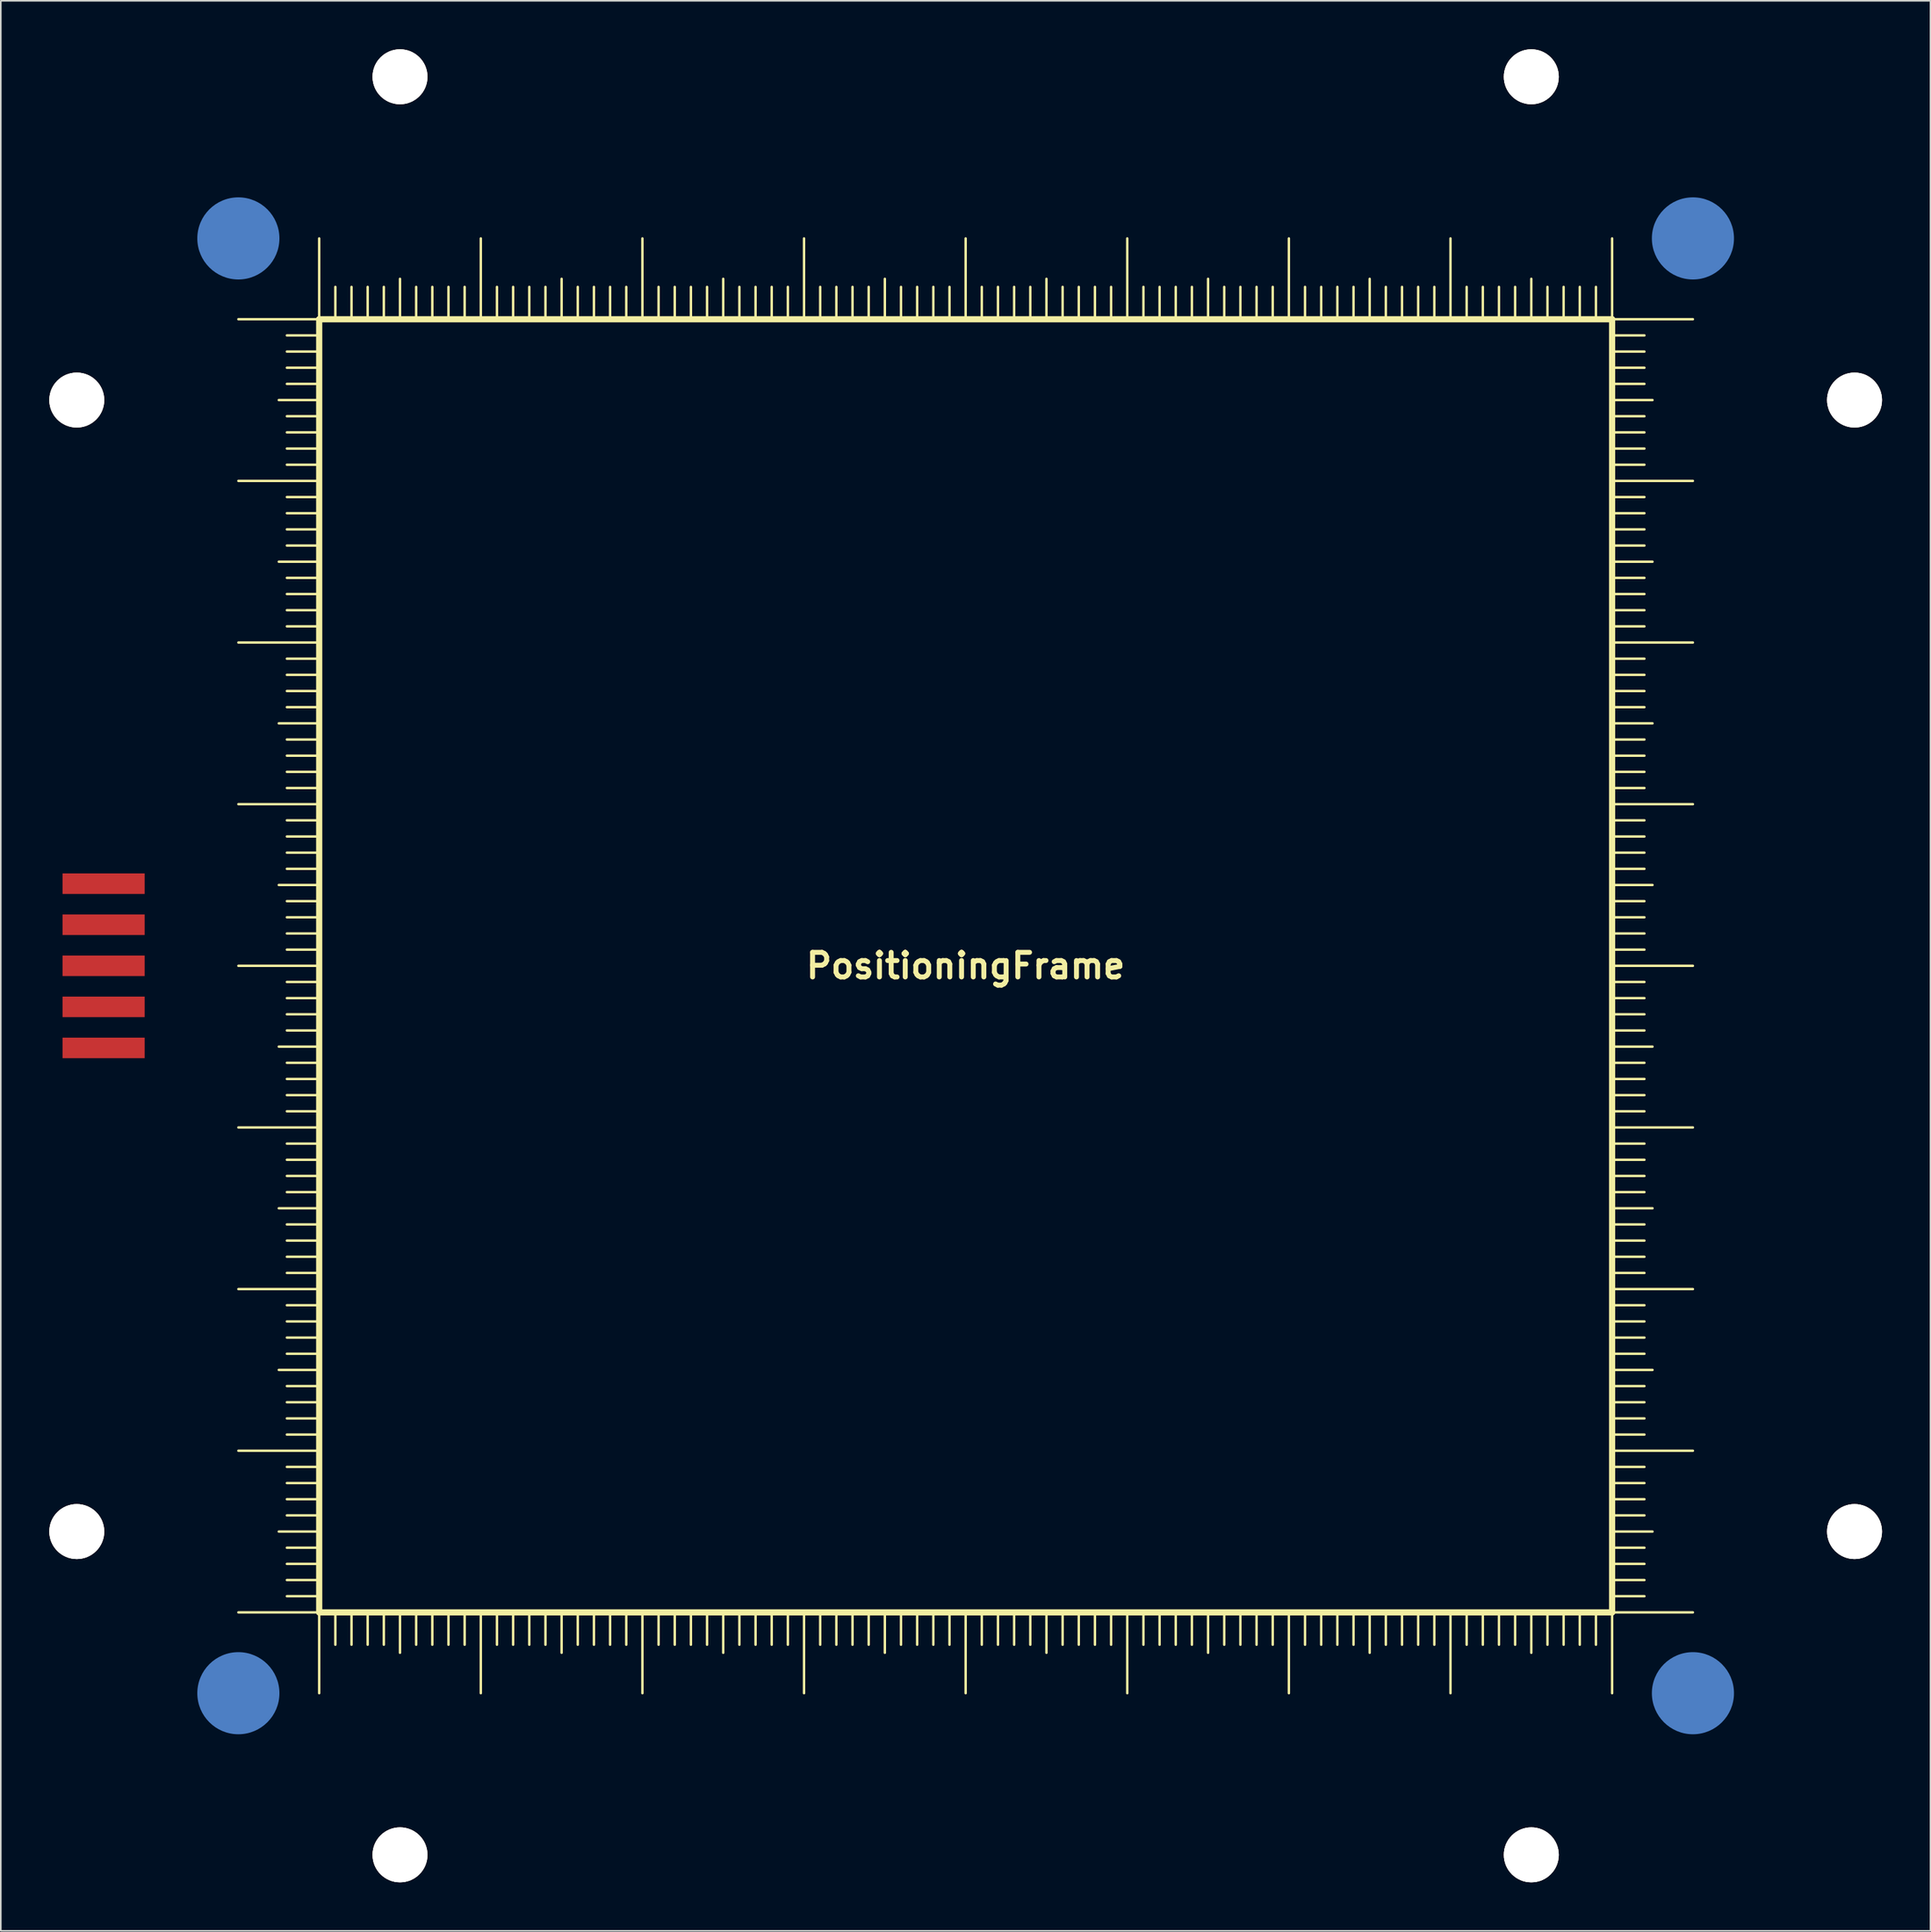
<source format=kicad_pcb>
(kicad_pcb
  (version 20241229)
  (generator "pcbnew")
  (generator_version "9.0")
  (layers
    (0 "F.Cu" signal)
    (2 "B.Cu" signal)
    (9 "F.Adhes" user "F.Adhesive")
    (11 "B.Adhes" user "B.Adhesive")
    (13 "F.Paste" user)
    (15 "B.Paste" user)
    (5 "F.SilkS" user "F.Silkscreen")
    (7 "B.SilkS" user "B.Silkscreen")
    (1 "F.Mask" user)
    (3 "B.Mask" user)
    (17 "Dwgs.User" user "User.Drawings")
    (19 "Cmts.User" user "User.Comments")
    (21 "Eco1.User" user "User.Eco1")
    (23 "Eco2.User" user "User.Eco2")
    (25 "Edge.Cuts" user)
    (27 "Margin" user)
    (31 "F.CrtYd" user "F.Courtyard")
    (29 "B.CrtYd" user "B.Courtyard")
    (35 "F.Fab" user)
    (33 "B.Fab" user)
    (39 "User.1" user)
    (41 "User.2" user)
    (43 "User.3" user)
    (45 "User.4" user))
  (footprint "PositioningFrame"
    (layer "F.Cu")
    (at 56.7 56.7)
    (property "Reference" "PositioningFrame" (at 0 0 0) (layer "F.SilkS") (effects (font (size 1.524 1.524) (thickness 0.305))))
    (attr through_hole)
    (fp_line (start -40 -40) (end -45 -40) (stroke (width 0.15) (type solid)) (layer "F.SilkS"))
    (fp_line (start -40 -40) (end -40 -45) (stroke (width 0.15) (type solid)) (layer "F.SilkS"))
    (fp_line (start -40 -39) (end -42 -39) (stroke (width 0.15) (type solid)) (layer "F.SilkS"))
    (fp_line (start -40 -38) (end -42 -38) (stroke (width 0.15) (type solid)) (layer "F.SilkS"))
    (fp_line (start -40 -37) (end -42 -37) (stroke (width 0.15) (type solid)) (layer "F.SilkS"))
    (fp_line (start -40 -36) (end -42 -36) (stroke (width 0.15) (type solid)) (layer "F.SilkS"))
    (fp_line (start -40 -35) (end -42.5 -35) (stroke (width 0.15) (type solid)) (layer "F.SilkS"))
    (fp_line (start -40 -34) (end -42 -34) (stroke (width 0.15) (type solid)) (layer "F.SilkS"))
    (fp_line (start -40 -33) (end -42 -33) (stroke (width 0.15) (type solid)) (layer "F.SilkS"))
    (fp_line (start -40 -32) (end -42 -32) (stroke (width 0.15) (type solid)) (layer "F.SilkS"))
    (fp_line (start -40 -31) (end -42 -31) (stroke (width 0.15) (type solid)) (layer "F.SilkS"))
    (fp_line (start -40 -30) (end -45 -30) (stroke (width 0.15) (type solid)) (layer "F.SilkS"))
    (fp_line (start -40 -29) (end -42 -29) (stroke (width 0.15) (type solid)) (layer "F.SilkS"))
    (fp_line (start -40 -28) (end -42 -28) (stroke (width 0.15) (type solid)) (layer "F.SilkS"))
    (fp_line (start -40 -27) (end -42 -27) (stroke (width 0.15) (type solid)) (layer "F.SilkS"))
    (fp_line (start -40 -26) (end -42 -26) (stroke (width 0.15) (type solid)) (layer "F.SilkS"))
    (fp_line (start -40 -25) (end -42.5 -25) (stroke (width 0.15) (type solid)) (layer "F.SilkS"))
    (fp_line (start -40 -24) (end -42 -24) (stroke (width 0.15) (type solid)) (layer "F.SilkS"))
    (fp_line (start -40 -23) (end -42 -23) (stroke (width 0.15) (type solid)) (layer "F.SilkS"))
    (fp_line (start -40 -22) (end -42 -22) (stroke (width 0.15) (type solid)) (layer "F.SilkS"))
    (fp_line (start -40 -21) (end -42 -21) (stroke (width 0.15) (type solid)) (layer "F.SilkS"))
    (fp_line (start -40 -20) (end -45 -20) (stroke (width 0.15) (type solid)) (layer "F.SilkS"))
    (fp_line (start -40 -19) (end -42 -19) (stroke (width 0.15) (type solid)) (layer "F.SilkS"))
    (fp_line (start -40 -18) (end -42 -18) (stroke (width 0.15) (type solid)) (layer "F.SilkS"))
    (fp_line (start -40 -17) (end -42 -17) (stroke (width 0.15) (type solid)) (layer "F.SilkS"))
    (fp_line (start -40 -16) (end -42 -16) (stroke (width 0.15) (type solid)) (layer "F.SilkS"))
    (fp_line (start -40 -15) (end -42.5 -15) (stroke (width 0.15) (type solid)) (layer "F.SilkS"))
    (fp_line (start -40 -14) (end -42 -14) (stroke (width 0.15) (type solid)) (layer "F.SilkS"))
    (fp_line (start -40 -13) (end -42 -13) (stroke (width 0.15) (type solid)) (layer "F.SilkS"))
    (fp_line (start -40 -12) (end -42 -12) (stroke (width 0.15) (type solid)) (layer "F.SilkS"))
    (fp_line (start -40 -11) (end -42 -11) (stroke (width 0.15) (type solid)) (layer "F.SilkS"))
    (fp_line (start -40 -10) (end -45 -10) (stroke (width 0.15) (type solid)) (layer "F.SilkS"))
    (fp_line (start -40 -9) (end -42 -9) (stroke (width 0.15) (type solid)) (layer "F.SilkS"))
    (fp_line (start -40 -8) (end -42 -8) (stroke (width 0.15) (type solid)) (layer "F.SilkS"))
    (fp_line (start -40 -7) (end -42 -7) (stroke (width 0.15) (type solid)) (layer "F.SilkS"))
    (fp_line (start -40 -6) (end -42 -6) (stroke (width 0.15) (type solid)) (layer "F.SilkS"))
    (fp_line (start -40 -5) (end -42.5 -5) (stroke (width 0.15) (type solid)) (layer "F.SilkS"))
    (fp_line (start -40 -4) (end -42 -4) (stroke (width 0.15) (type solid)) (layer "F.SilkS"))
    (fp_line (start -40 -3) (end -42 -3) (stroke (width 0.15) (type solid)) (layer "F.SilkS"))
    (fp_line (start -40 -2) (end -42 -2) (stroke (width 0.15) (type solid)) (layer "F.SilkS"))
    (fp_line (start -40 -1) (end -42 -1) (stroke (width 0.15) (type solid)) (layer "F.SilkS"))
    (fp_line (start -40 0) (end -45 0) (stroke (width 0.15) (type solid)) (layer "F.SilkS"))
    (fp_line (start -40 1) (end -42 1) (stroke (width 0.15) (type solid)) (layer "F.SilkS"))
    (fp_line (start -40 2) (end -42 2) (stroke (width 0.15) (type solid)) (layer "F.SilkS"))
    (fp_line (start -40 3) (end -42 3) (stroke (width 0.15) (type solid)) (layer "F.SilkS"))
    (fp_line (start -40 4) (end -42 4) (stroke (width 0.15) (type solid)) (layer "F.SilkS"))
    (fp_line (start -40 5) (end -42.5 5) (stroke (width 0.15) (type solid)) (layer "F.SilkS"))
    (fp_line (start -40 6) (end -42 6) (stroke (width 0.15) (type solid)) (layer "F.SilkS"))
    (fp_line (start -40 7) (end -42 7) (stroke (width 0.15) (type solid)) (layer "F.SilkS"))
    (fp_line (start -40 8) (end -42 8) (stroke (width 0.15) (type solid)) (layer "F.SilkS"))
    (fp_line (start -40 9) (end -42 9) (stroke (width 0.15) (type solid)) (layer "F.SilkS"))
    (fp_line (start -40 10) (end -45 10) (stroke (width 0.15) (type solid)) (layer "F.SilkS"))
    (fp_line (start -40 11) (end -42 11) (stroke (width 0.15) (type solid)) (layer "F.SilkS"))
    (fp_line (start -40 12) (end -42 12) (stroke (width 0.15) (type solid)) (layer "F.SilkS"))
    (fp_line (start -40 13) (end -42 13) (stroke (width 0.15) (type solid)) (layer "F.SilkS"))
    (fp_line (start -40 14) (end -42 14) (stroke (width 0.15) (type solid)) (layer "F.SilkS"))
    (fp_line (start -40 15) (end -42.5 15) (stroke (width 0.15) (type solid)) (layer "F.SilkS"))
    (fp_line (start -40 16) (end -42 16) (stroke (width 0.15) (type solid)) (layer "F.SilkS"))
    (fp_line (start -40 17) (end -42 17) (stroke (width 0.15) (type solid)) (layer "F.SilkS"))
    (fp_line (start -40 18) (end -42 18) (stroke (width 0.15) (type solid)) (layer "F.SilkS"))
    (fp_line (start -40 19) (end -42 19) (stroke (width 0.15) (type solid)) (layer "F.SilkS"))
    (fp_line (start -40 20) (end -45 20) (stroke (width 0.15) (type solid)) (layer "F.SilkS"))
    (fp_line (start -40 21) (end -42 21) (stroke (width 0.15) (type solid)) (layer "F.SilkS"))
    (fp_line (start -40 22) (end -42 22) (stroke (width 0.15) (type solid)) (layer "F.SilkS"))
    (fp_line (start -40 23) (end -42 23) (stroke (width 0.15) (type solid)) (layer "F.SilkS"))
    (fp_line (start -40 24) (end -42 24) (stroke (width 0.15) (type solid)) (layer "F.SilkS"))
    (fp_line (start -40 25) (end -42.5 25) (stroke (width 0.15) (type solid)) (layer "F.SilkS"))
    (fp_line (start -40 26) (end -42 26) (stroke (width 0.15) (type solid)) (layer "F.SilkS"))
    (fp_line (start -40 27) (end -42 27) (stroke (width 0.15) (type solid)) (layer "F.SilkS"))
    (fp_line (start -40 28) (end -42 28) (stroke (width 0.15) (type solid)) (layer "F.SilkS"))
    (fp_line (start -40 29) (end -42 29) (stroke (width 0.15) (type solid)) (layer "F.SilkS"))
    (fp_line (start -40 30) (end -45 30) (stroke (width 0.15) (type solid)) (layer "F.SilkS"))
    (fp_line (start -40 31) (end -42 31) (stroke (width 0.15) (type solid)) (layer "F.SilkS"))
    (fp_line (start -40 32) (end -42 32) (stroke (width 0.15) (type solid)) (layer "F.SilkS"))
    (fp_line (start -40 33) (end -42 33) (stroke (width 0.15) (type solid)) (layer "F.SilkS"))
    (fp_line (start -40 34) (end -42 34) (stroke (width 0.15) (type solid)) (layer "F.SilkS"))
    (fp_line (start -40 35) (end -42.5 35) (stroke (width 0.15) (type solid)) (layer "F.SilkS"))
    (fp_line (start -40 36) (end -42 36) (stroke (width 0.15) (type solid)) (layer "F.SilkS"))
    (fp_line (start -40 37) (end -42 37) (stroke (width 0.15) (type solid)) (layer "F.SilkS"))
    (fp_line (start -40 38) (end -42 38) (stroke (width 0.15) (type solid)) (layer "F.SilkS"))
    (fp_line (start -40 39) (end -42 39) (stroke (width 0.15) (type solid)) (layer "F.SilkS"))
    (fp_line (start -40 40) (end -45 40) (stroke (width 0.15) (type solid)) (layer "F.SilkS"))
    (fp_line (start -40 40) (end -40 45) (stroke (width 0.15) (type solid)) (layer "F.SilkS"))
    (fp_line (start -40 -40) (end -40 40) (stroke (width 0.381) (type solid)) (layer "F.SilkS"))
    (fp_line (start -40 40) (end 40 40) (stroke (width 0.381) (type solid)) (layer "F.SilkS"))
    (fp_line (start -39 -40) (end -39 -42) (stroke (width 0.15) (type solid)) (layer "F.SilkS"))
    (fp_line (start -39 40) (end -39 42) (stroke (width 0.15) (type solid)) (layer "F.SilkS"))
    (fp_line (start -38 -40) (end -38 -42) (stroke (width 0.15) (type solid)) (layer "F.SilkS"))
    (fp_line (start -38 40) (end -38 42) (stroke (width 0.15) (type solid)) (layer "F.SilkS"))
    (fp_line (start -37 -40) (end -37 -42) (stroke (width 0.15) (type solid)) (layer "F.SilkS"))
    (fp_line (start -37 40) (end -37 42) (stroke (width 0.15) (type solid)) (layer "F.SilkS"))
    (fp_line (start -36 -40) (end -36 -42) (stroke (width 0.15) (type solid)) (layer "F.SilkS"))
    (fp_line (start -36 40) (end -36 42) (stroke (width 0.15) (type solid)) (layer "F.SilkS"))
    (fp_line (start -35 -40) (end -35 -42.5) (stroke (width 0.15) (type solid)) (layer "F.SilkS"))
    (fp_line (start -35 40) (end -35 42.5) (stroke (width 0.15) (type solid)) (layer "F.SilkS"))
    (fp_line (start -34 -40) (end -34 -42) (stroke (width 0.15) (type solid)) (layer "F.SilkS"))
    (fp_line (start -34 40) (end -34 42) (stroke (width 0.15) (type solid)) (layer "F.SilkS"))
    (fp_line (start -33 -40) (end -33 -42) (stroke (width 0.15) (type solid)) (layer "F.SilkS"))
    (fp_line (start -33 40) (end -33 42) (stroke (width 0.15) (type solid)) (layer "F.SilkS"))
    (fp_line (start -32 -40) (end -32 -42) (stroke (width 0.15) (type solid)) (layer "F.SilkS"))
    (fp_line (start -32 40) (end -32 42) (stroke (width 0.15) (type solid)) (layer "F.SilkS"))
    (fp_line (start -31 -40) (end -31 -42) (stroke (width 0.15) (type solid)) (layer "F.SilkS"))
    (fp_line (start -31 40) (end -31 42) (stroke (width 0.15) (type solid)) (layer "F.SilkS"))
    (fp_line (start -30 -40) (end -30 -45) (stroke (width 0.15) (type solid)) (layer "F.SilkS"))
    (fp_line (start -30 40) (end -30 45) (stroke (width 0.15) (type solid)) (layer "F.SilkS"))
    (fp_line (start -29 -40) (end -29 -42) (stroke (width 0.15) (type solid)) (layer "F.SilkS"))
    (fp_line (start -29 40) (end -29 42) (stroke (width 0.15) (type solid)) (layer "F.SilkS"))
    (fp_line (start -28 -40) (end -28 -42) (stroke (width 0.15) (type solid)) (layer "F.SilkS"))
    (fp_line (start -28 40) (end -28 42) (stroke (width 0.15) (type solid)) (layer "F.SilkS"))
    (fp_line (start -27 -40) (end -27 -42) (stroke (width 0.15) (type solid)) (layer "F.SilkS"))
    (fp_line (start -27 40) (end -27 42) (stroke (width 0.15) (type solid)) (layer "F.SilkS"))
    (fp_line (start -26 -40) (end -26 -42) (stroke (width 0.15) (type solid)) (layer "F.SilkS"))
    (fp_line (start -26 40) (end -26 42) (stroke (width 0.15) (type solid)) (layer "F.SilkS"))
    (fp_line (start -25 -40) (end -25 -42.5) (stroke (width 0.15) (type solid)) (layer "F.SilkS"))
    (fp_line (start -25 40) (end -25 42.5) (stroke (width 0.15) (type solid)) (layer "F.SilkS"))
    (fp_line (start -24 -40) (end -24 -42) (stroke (width 0.15) (type solid)) (layer "F.SilkS"))
    (fp_line (start -24 40) (end -24 42) (stroke (width 0.15) (type solid)) (layer "F.SilkS"))
    (fp_line (start -23 -40) (end -23 -42) (stroke (width 0.15) (type solid)) (layer "F.SilkS"))
    (fp_line (start -23 40) (end -23 42) (stroke (width 0.15) (type solid)) (layer "F.SilkS"))
    (fp_line (start -22 -40) (end -22 -42) (stroke (width 0.15) (type solid)) (layer "F.SilkS"))
    (fp_line (start -22 40) (end -22 42) (stroke (width 0.15) (type solid)) (layer "F.SilkS"))
    (fp_line (start -21 -40) (end -21 -42) (stroke (width 0.15) (type solid)) (layer "F.SilkS"))
    (fp_line (start -21 40) (end -21 42) (stroke (width 0.15) (type solid)) (layer "F.SilkS"))
    (fp_line (start -20 -40) (end -20 -45) (stroke (width 0.15) (type solid)) (layer "F.SilkS"))
    (fp_line (start -20 40) (end -20 45) (stroke (width 0.15) (type solid)) (layer "F.SilkS"))
    (fp_line (start -19 -40) (end -19 -42) (stroke (width 0.15) (type solid)) (layer "F.SilkS"))
    (fp_line (start -19 40) (end -19 42) (stroke (width 0.15) (type solid)) (layer "F.SilkS"))
    (fp_line (start -18 -40) (end -18 -42) (stroke (width 0.15) (type solid)) (layer "F.SilkS"))
    (fp_line (start -18 40) (end -18 42) (stroke (width 0.15) (type solid)) (layer "F.SilkS"))
    (fp_line (start -17 -40) (end -17 -42) (stroke (width 0.15) (type solid)) (layer "F.SilkS"))
    (fp_line (start -17 40) (end -17 42) (stroke (width 0.15) (type solid)) (layer "F.SilkS"))
    (fp_line (start -16 -40) (end -16 -42) (stroke (width 0.15) (type solid)) (layer "F.SilkS"))
    (fp_line (start -16 40) (end -16 42) (stroke (width 0.15) (type solid)) (layer "F.SilkS"))
    (fp_line (start -15 -40) (end -15 -42.5) (stroke (width 0.15) (type solid)) (layer "F.SilkS"))
    (fp_line (start -15 40) (end -15 42.5) (stroke (width 0.15) (type solid)) (layer "F.SilkS"))
    (fp_line (start -14 -40) (end -14 -42) (stroke (width 0.15) (type solid)) (layer "F.SilkS"))
    (fp_line (start -14 40) (end -14 42) (stroke (width 0.15) (type solid)) (layer "F.SilkS"))
    (fp_line (start -13 -40) (end -13 -42) (stroke (width 0.15) (type solid)) (layer "F.SilkS"))
    (fp_line (start -13 40) (end -13 42) (stroke (width 0.15) (type solid)) (layer "F.SilkS"))
    (fp_line (start -12 -40) (end -12 -42) (stroke (width 0.15) (type solid)) (layer "F.SilkS"))
    (fp_line (start -12 40) (end -12 42) (stroke (width 0.15) (type solid)) (layer "F.SilkS"))
    (fp_line (start -11 -40) (end -11 -42) (stroke (width 0.15) (type solid)) (layer "F.SilkS"))
    (fp_line (start -11 40) (end -11 42) (stroke (width 0.15) (type solid)) (layer "F.SilkS"))
    (fp_line (start -10 -40) (end -10 -45) (stroke (width 0.15) (type solid)) (layer "F.SilkS"))
    (fp_line (start -10 40) (end -10 45) (stroke (width 0.15) (type solid)) (layer "F.SilkS"))
    (fp_line (start -9 -40) (end -9 -42) (stroke (width 0.15) (type solid)) (layer "F.SilkS"))
    (fp_line (start -9 40) (end -9 42) (stroke (width 0.15) (type solid)) (layer "F.SilkS"))
    (fp_line (start -8 -40) (end -8 -42) (stroke (width 0.15) (type solid)) (layer "F.SilkS"))
    (fp_line (start -8 40) (end -8 42) (stroke (width 0.15) (type solid)) (layer "F.SilkS"))
    (fp_line (start -7 -40) (end -7 -42) (stroke (width 0.15) (type solid)) (layer "F.SilkS"))
    (fp_line (start -7 40) (end -7 42) (stroke (width 0.15) (type solid)) (layer "F.SilkS"))
    (fp_line (start -6 -40) (end -6 -42) (stroke (width 0.15) (type solid)) (layer "F.SilkS"))
    (fp_line (start -6 40) (end -6 42) (stroke (width 0.15) (type solid)) (layer "F.SilkS"))
    (fp_line (start -5 -40) (end -5 -42.5) (stroke (width 0.15) (type solid)) (layer "F.SilkS"))
    (fp_line (start -5 40) (end -5 42.5) (stroke (width 0.15) (type solid)) (layer "F.SilkS"))
    (fp_line (start -4 -40) (end -4 -42) (stroke (width 0.15) (type solid)) (layer "F.SilkS"))
    (fp_line (start -4 40) (end -4 42) (stroke (width 0.15) (type solid)) (layer "F.SilkS"))
    (fp_line (start -3 -40) (end -3 -42) (stroke (width 0.15) (type solid)) (layer "F.SilkS"))
    (fp_line (start -3 40) (end -3 42) (stroke (width 0.15) (type solid)) (layer "F.SilkS"))
    (fp_line (start -2 -40) (end -2 -42) (stroke (width 0.15) (type solid)) (layer "F.SilkS"))
    (fp_line (start -2 40) (end -2 42) (stroke (width 0.15) (type solid)) (layer "F.SilkS"))
    (fp_line (start -1 -40) (end -1 -42) (stroke (width 0.15) (type solid)) (layer "F.SilkS"))
    (fp_line (start -1 40) (end -1 42) (stroke (width 0.15) (type solid)) (layer "F.SilkS"))
    (fp_line (start 0 -40) (end 0 -45) (stroke (width 0.15) (type solid)) (layer "F.SilkS"))
    (fp_line (start 0 40) (end 0 45) (stroke (width 0.15) (type solid)) (layer "F.SilkS"))
    (fp_line (start 1 -40) (end 1 -42) (stroke (width 0.15) (type solid)) (layer "F.SilkS"))
    (fp_line (start 1 40) (end 1 42) (stroke (width 0.15) (type solid)) (layer "F.SilkS"))
    (fp_line (start 2 -40) (end 2 -42) (stroke (width 0.15) (type solid)) (layer "F.SilkS"))
    (fp_line (start 2 40) (end 2 42) (stroke (width 0.15) (type solid)) (layer "F.SilkS"))
    (fp_line (start 3 -40) (end 3 -42) (stroke (width 0.15) (type solid)) (layer "F.SilkS"))
    (fp_line (start 3 40) (end 3 42) (stroke (width 0.15) (type solid)) (layer "F.SilkS"))
    (fp_line (start 4 -40) (end 4 -42) (stroke (width 0.15) (type solid)) (layer "F.SilkS"))
    (fp_line (start 4 40) (end 4 42) (stroke (width 0.15) (type solid)) (layer "F.SilkS"))
    (fp_line (start 5 -40) (end 5 -42.5) (stroke (width 0.15) (type solid)) (layer "F.SilkS"))
    (fp_line (start 5 40) (end 5 42.5) (stroke (width 0.15) (type solid)) (layer "F.SilkS"))
    (fp_line (start 6 -40) (end 6 -42) (stroke (width 0.15) (type solid)) (layer "F.SilkS"))
    (fp_line (start 6 40) (end 6 42) (stroke (width 0.15) (type solid)) (layer "F.SilkS"))
    (fp_line (start 7 -40) (end 7 -42) (stroke (width 0.15) (type solid)) (layer "F.SilkS"))
    (fp_line (start 7 40) (end 7 42) (stroke (width 0.15) (type solid)) (layer "F.SilkS"))
    (fp_line (start 8 -40) (end 8 -42) (stroke (width 0.15) (type solid)) (layer "F.SilkS"))
    (fp_line (start 8 40) (end 8 42) (stroke (width 0.15) (type solid)) (layer "F.SilkS"))
    (fp_line (start 9 -40) (end 9 -42) (stroke (width 0.15) (type solid)) (layer "F.SilkS"))
    (fp_line (start 9 40) (end 9 42) (stroke (width 0.15) (type solid)) (layer "F.SilkS"))
    (fp_line (start 10 -40) (end 10 -45) (stroke (width 0.15) (type solid)) (layer "F.SilkS"))
    (fp_line (start 10 40) (end 10 45) (stroke (width 0.15) (type solid)) (layer "F.SilkS"))
    (fp_line (start 11 -40) (end 11 -42) (stroke (width 0.15) (type solid)) (layer "F.SilkS"))
    (fp_line (start 11 40) (end 11 42) (stroke (width 0.15) (type solid)) (layer "F.SilkS"))
    (fp_line (start 12 -40) (end 12 -42) (stroke (width 0.15) (type solid)) (layer "F.SilkS"))
    (fp_line (start 12 40) (end 12 42) (stroke (width 0.15) (type solid)) (layer "F.SilkS"))
    (fp_line (start 13 -40) (end 13 -42) (stroke (width 0.15) (type solid)) (layer "F.SilkS"))
    (fp_line (start 13 40) (end 13 42) (stroke (width 0.15) (type solid)) (layer "F.SilkS"))
    (fp_line (start 14 -40) (end 14 -42) (stroke (width 0.15) (type solid)) (layer "F.SilkS"))
    (fp_line (start 14 40) (end 14 42) (stroke (width 0.15) (type solid)) (layer "F.SilkS"))
    (fp_line (start 15 -40) (end 15 -42.5) (stroke (width 0.15) (type solid)) (layer "F.SilkS"))
    (fp_line (start 15 40) (end 15 42.5) (stroke (width 0.15) (type solid)) (layer "F.SilkS"))
    (fp_line (start 16 -40) (end 16 -42) (stroke (width 0.15) (type solid)) (layer "F.SilkS"))
    (fp_line (start 16 40) (end 16 42) (stroke (width 0.15) (type solid)) (layer "F.SilkS"))
    (fp_line (start 17 -40) (end 17 -42) (stroke (width 0.15) (type solid)) (layer "F.SilkS"))
    (fp_line (start 17 40) (end 17 42) (stroke (width 0.15) (type solid)) (layer "F.SilkS"))
    (fp_line (start 18 -40) (end 18 -42) (stroke (width 0.15) (type solid)) (layer "F.SilkS"))
    (fp_line (start 18 40) (end 18 42) (stroke (width 0.15) (type solid)) (layer "F.SilkS"))
    (fp_line (start 19 -40) (end 19 -42) (stroke (width 0.15) (type solid)) (layer "F.SilkS"))
    (fp_line (start 19 40) (end 19 42) (stroke (width 0.15) (type solid)) (layer "F.SilkS"))
    (fp_line (start 20 -40) (end 20 -45) (stroke (width 0.15) (type solid)) (layer "F.SilkS"))
    (fp_line (start 20 40) (end 20 45) (stroke (width 0.15) (type solid)) (layer "F.SilkS"))
    (fp_line (start 21 -40) (end 21 -42) (stroke (width 0.15) (type solid)) (layer "F.SilkS"))
    (fp_line (start 21 40) (end 21 42) (stroke (width 0.15) (type solid)) (layer "F.SilkS"))
    (fp_line (start 22 -40) (end 22 -42) (stroke (width 0.15) (type solid)) (layer "F.SilkS"))
    (fp_line (start 22 40) (end 22 42) (stroke (width 0.15) (type solid)) (layer "F.SilkS"))
    (fp_line (start 23 -40) (end 23 -42) (stroke (width 0.15) (type solid)) (layer "F.SilkS"))
    (fp_line (start 23 40) (end 23 42) (stroke (width 0.15) (type solid)) (layer "F.SilkS"))
    (fp_line (start 24 -40) (end 24 -42) (stroke (width 0.15) (type solid)) (layer "F.SilkS"))
    (fp_line (start 24 40) (end 24 42) (stroke (width 0.15) (type solid)) (layer "F.SilkS"))
    (fp_line (start 25 -40) (end 25 -42.5) (stroke (width 0.15) (type solid)) (layer "F.SilkS"))
    (fp_line (start 25 40) (end 25 42.5) (stroke (width 0.15) (type solid)) (layer "F.SilkS"))
    (fp_line (start 26 -40) (end 26 -42) (stroke (width 0.15) (type solid)) (layer "F.SilkS"))
    (fp_line (start 26 40) (end 26 42) (stroke (width 0.15) (type solid)) (layer "F.SilkS"))
    (fp_line (start 27 -40) (end 27 -42) (stroke (width 0.15) (type solid)) (layer "F.SilkS"))
    (fp_line (start 27 40) (end 27 42) (stroke (width 0.15) (type solid)) (layer "F.SilkS"))
    (fp_line (start 28 -40) (end 28 -42) (stroke (width 0.15) (type solid)) (layer "F.SilkS"))
    (fp_line (start 28 40) (end 28 42) (stroke (width 0.15) (type solid)) (layer "F.SilkS"))
    (fp_line (start 29 -40) (end 29 -42) (stroke (width 0.15) (type solid)) (layer "F.SilkS"))
    (fp_line (start 29 40) (end 29 42) (stroke (width 0.15) (type solid)) (layer "F.SilkS"))
    (fp_line (start 30 -40) (end 30 -45) (stroke (width 0.15) (type solid)) (layer "F.SilkS"))
    (fp_line (start 30 40) (end 30 45) (stroke (width 0.15) (type solid)) (layer "F.SilkS"))
    (fp_line (start 31 -40) (end 31 -42) (stroke (width 0.15) (type solid)) (layer "F.SilkS"))
    (fp_line (start 31 40) (end 31 42) (stroke (width 0.15) (type solid)) (layer "F.SilkS"))
    (fp_line (start 32 -40) (end 32 -42) (stroke (width 0.15) (type solid)) (layer "F.SilkS"))
    (fp_line (start 32 40) (end 32 42) (stroke (width 0.15) (type solid)) (layer "F.SilkS"))
    (fp_line (start 33 -40) (end 33 -42) (stroke (width 0.15) (type solid)) (layer "F.SilkS"))
    (fp_line (start 33 40) (end 33 42) (stroke (width 0.15) (type solid)) (layer "F.SilkS"))
    (fp_line (start 34 -40) (end 34 -42) (stroke (width 0.15) (type solid)) (layer "F.SilkS"))
    (fp_line (start 34 40) (end 34 42) (stroke (width 0.15) (type solid)) (layer "F.SilkS"))
    (fp_line (start 35 -40) (end 35 -42.5) (stroke (width 0.15) (type solid)) (layer "F.SilkS"))
    (fp_line (start 35 40) (end 35 42.5) (stroke (width 0.15) (type solid)) (layer "F.SilkS"))
    (fp_line (start 36 -40) (end 36 -42) (stroke (width 0.15) (type solid)) (layer "F.SilkS"))
    (fp_line (start 36 40) (end 36 42) (stroke (width 0.15) (type solid)) (layer "F.SilkS"))
    (fp_line (start 37 -40) (end 37 -42) (stroke (width 0.15) (type solid)) (layer "F.SilkS"))
    (fp_line (start 37 40) (end 37 42) (stroke (width 0.15) (type solid)) (layer "F.SilkS"))
    (fp_line (start 38 -40) (end 38 -42) (stroke (width 0.15) (type solid)) (layer "F.SilkS"))
    (fp_line (start 38 40) (end 38 42) (stroke (width 0.15) (type solid)) (layer "F.SilkS"))
    (fp_line (start 39 -40) (end 39 -42) (stroke (width 0.15) (type solid)) (layer "F.SilkS"))
    (fp_line (start 39 40) (end 39 42) (stroke (width 0.15) (type solid)) (layer "F.SilkS"))
    (fp_line (start 40 -40) (end -40 -40) (stroke (width 0.381) (type solid)) (layer "F.SilkS"))
    (fp_line (start 40 40) (end 40 -40) (stroke (width 0.381) (type solid)) (layer "F.SilkS"))
    (fp_line (start 40 -40) (end 40 -45) (stroke (width 0.15) (type solid)) (layer "F.SilkS"))
    (fp_line (start 40 -40) (end 45 -40) (stroke (width 0.15) (type solid)) (layer "F.SilkS"))
    (fp_line (start 40 -39) (end 42 -39) (stroke (width 0.15) (type solid)) (layer "F.SilkS"))
    (fp_line (start 40 -38) (end 42 -38) (stroke (width 0.15) (type solid)) (layer "F.SilkS"))
    (fp_line (start 40 -37) (end 42 -37) (stroke (width 0.15) (type solid)) (layer "F.SilkS"))
    (fp_line (start 40 -36) (end 42 -36) (stroke (width 0.15) (type solid)) (layer "F.SilkS"))
    (fp_line (start 40 -35) (end 42.5 -35) (stroke (width 0.15) (type solid)) (layer "F.SilkS"))
    (fp_line (start 40 -34) (end 42 -34) (stroke (width 0.15) (type solid)) (layer "F.SilkS"))
    (fp_line (start 40 -33) (end 42 -33) (stroke (width 0.15) (type solid)) (layer "F.SilkS"))
    (fp_line (start 40 -32) (end 42 -32) (stroke (width 0.15) (type solid)) (layer "F.SilkS"))
    (fp_line (start 40 -31) (end 42 -31) (stroke (width 0.15) (type solid)) (layer "F.SilkS"))
    (fp_line (start 40 -30) (end 45 -30) (stroke (width 0.15) (type solid)) (layer "F.SilkS"))
    (fp_line (start 40 -29) (end 42 -29) (stroke (width 0.15) (type solid)) (layer "F.SilkS"))
    (fp_line (start 40 -28) (end 42 -28) (stroke (width 0.15) (type solid)) (layer "F.SilkS"))
    (fp_line (start 40 -27) (end 42 -27) (stroke (width 0.15) (type solid)) (layer "F.SilkS"))
    (fp_line (start 40 -26) (end 42 -26) (stroke (width 0.15) (type solid)) (layer "F.SilkS"))
    (fp_line (start 40 -25) (end 42.5 -25) (stroke (width 0.15) (type solid)) (layer "F.SilkS"))
    (fp_line (start 40 -24) (end 42 -24) (stroke (width 0.15) (type solid)) (layer "F.SilkS"))
    (fp_line (start 40 -23) (end 42 -23) (stroke (width 0.15) (type solid)) (layer "F.SilkS"))
    (fp_line (start 40 -22) (end 42 -22) (stroke (width 0.15) (type solid)) (layer "F.SilkS"))
    (fp_line (start 40 -21) (end 42 -21) (stroke (width 0.15) (type solid)) (layer "F.SilkS"))
    (fp_line (start 40 -20) (end 45 -20) (stroke (width 0.15) (type solid)) (layer "F.SilkS"))
    (fp_line (start 40 -19) (end 42 -19) (stroke (width 0.15) (type solid)) (layer "F.SilkS"))
    (fp_line (start 40 -18) (end 42 -18) (stroke (width 0.15) (type solid)) (layer "F.SilkS"))
    (fp_line (start 40 -17) (end 42 -17) (stroke (width 0.15) (type solid)) (layer "F.SilkS"))
    (fp_line (start 40 -16) (end 42 -16) (stroke (width 0.15) (type solid)) (layer "F.SilkS"))
    (fp_line (start 40 -15) (end 42.5 -15) (stroke (width 0.15) (type solid)) (layer "F.SilkS"))
    (fp_line (start 40 -14) (end 42 -14) (stroke (width 0.15) (type solid)) (layer "F.SilkS"))
    (fp_line (start 40 -13) (end 42 -13) (stroke (width 0.15) (type solid)) (layer "F.SilkS"))
    (fp_line (start 40 -12) (end 42 -12) (stroke (width 0.15) (type solid)) (layer "F.SilkS"))
    (fp_line (start 40 -11) (end 42 -11) (stroke (width 0.15) (type solid)) (layer "F.SilkS"))
    (fp_line (start 40 -10) (end 45 -10) (stroke (width 0.15) (type solid)) (layer "F.SilkS"))
    (fp_line (start 40 -9) (end 42 -9) (stroke (width 0.15) (type solid)) (layer "F.SilkS"))
    (fp_line (start 40 -8) (end 42 -8) (stroke (width 0.15) (type solid)) (layer "F.SilkS"))
    (fp_line (start 40 -7) (end 42 -7) (stroke (width 0.15) (type solid)) (layer "F.SilkS"))
    (fp_line (start 40 -6) (end 42 -6) (stroke (width 0.15) (type solid)) (layer "F.SilkS"))
    (fp_line (start 40 -5) (end 42.5 -5) (stroke (width 0.15) (type solid)) (layer "F.SilkS"))
    (fp_line (start 40 -4) (end 42 -4) (stroke (width 0.15) (type solid)) (layer "F.SilkS"))
    (fp_line (start 40 -3) (end 42 -3) (stroke (width 0.15) (type solid)) (layer "F.SilkS"))
    (fp_line (start 40 -2) (end 42 -2) (stroke (width 0.15) (type solid)) (layer "F.SilkS"))
    (fp_line (start 40 -1) (end 42 -1) (stroke (width 0.15) (type solid)) (layer "F.SilkS"))
    (fp_line (start 40 0) (end 45 0) (stroke (width 0.15) (type solid)) (layer "F.SilkS"))
    (fp_line (start 40 1) (end 42 1) (stroke (width 0.15) (type solid)) (layer "F.SilkS"))
    (fp_line (start 40 2) (end 42 2) (stroke (width 0.15) (type solid)) (layer "F.SilkS"))
    (fp_line (start 40 3) (end 42 3) (stroke (width 0.15) (type solid)) (layer "F.SilkS"))
    (fp_line (start 40 4) (end 42 4) (stroke (width 0.15) (type solid)) (layer "F.SilkS"))
    (fp_line (start 40 5) (end 42.5 5) (stroke (width 0.15) (type solid)) (layer "F.SilkS"))
    (fp_line (start 40 6) (end 42 6) (stroke (width 0.15) (type solid)) (layer "F.SilkS"))
    (fp_line (start 40 7) (end 42 7) (stroke (width 0.15) (type solid)) (layer "F.SilkS"))
    (fp_line (start 40 8) (end 42 8) (stroke (width 0.15) (type solid)) (layer "F.SilkS"))
    (fp_line (start 40 9) (end 42 9) (stroke (width 0.15) (type solid)) (layer "F.SilkS"))
    (fp_line (start 40 10) (end 45 10) (stroke (width 0.15) (type solid)) (layer "F.SilkS"))
    (fp_line (start 40 11) (end 42 11) (stroke (width 0.15) (type solid)) (layer "F.SilkS"))
    (fp_line (start 40 12) (end 42 12) (stroke (width 0.15) (type solid)) (layer "F.SilkS"))
    (fp_line (start 40 13) (end 42 13) (stroke (width 0.15) (type solid)) (layer "F.SilkS"))
    (fp_line (start 40 14) (end 42 14) (stroke (width 0.15) (type solid)) (layer "F.SilkS"))
    (fp_line (start 40 15) (end 42.5 15) (stroke (width 0.15) (type solid)) (layer "F.SilkS"))
    (fp_line (start 40 16) (end 42 16) (stroke (width 0.15) (type solid)) (layer "F.SilkS"))
    (fp_line (start 40 17) (end 42 17) (stroke (width 0.15) (type solid)) (layer "F.SilkS"))
    (fp_line (start 40 18) (end 42 18) (stroke (width 0.15) (type solid)) (layer "F.SilkS"))
    (fp_line (start 40 19) (end 42 19) (stroke (width 0.15) (type solid)) (layer "F.SilkS"))
    (fp_line (start 40 20) (end 45 20) (stroke (width 0.15) (type solid)) (layer "F.SilkS"))
    (fp_line (start 40 21) (end 42 21) (stroke (width 0.15) (type solid)) (layer "F.SilkS"))
    (fp_line (start 40 22) (end 42 22) (stroke (width 0.15) (type solid)) (layer "F.SilkS"))
    (fp_line (start 40 23) (end 42 23) (stroke (width 0.15) (type solid)) (layer "F.SilkS"))
    (fp_line (start 40 24) (end 42 24) (stroke (width 0.15) (type solid)) (layer "F.SilkS"))
    (fp_line (start 40 25) (end 42.5 25) (stroke (width 0.15) (type solid)) (layer "F.SilkS"))
    (fp_line (start 40 26) (end 42 26) (stroke (width 0.15) (type solid)) (layer "F.SilkS"))
    (fp_line (start 40 27) (end 42 27) (stroke (width 0.15) (type solid)) (layer "F.SilkS"))
    (fp_line (start 40 28) (end 42 28) (stroke (width 0.15) (type solid)) (layer "F.SilkS"))
    (fp_line (start 40 29) (end 42 29) (stroke (width 0.15) (type solid)) (layer "F.SilkS"))
    (fp_line (start 40 30) (end 45 30) (stroke (width 0.15) (type solid)) (layer "F.SilkS"))
    (fp_line (start 40 31) (end 42 31) (stroke (width 0.15) (type solid)) (layer "F.SilkS"))
    (fp_line (start 40 32) (end 42 32) (stroke (width 0.15) (type solid)) (layer "F.SilkS"))
    (fp_line (start 40 33) (end 42 33) (stroke (width 0.15) (type solid)) (layer "F.SilkS"))
    (fp_line (start 40 34) (end 42 34) (stroke (width 0.15) (type solid)) (layer "F.SilkS"))
    (fp_line (start 40 35) (end 42.5 35) (stroke (width 0.15) (type solid)) (layer "F.SilkS"))
    (fp_line (start 40 36) (end 42 36) (stroke (width 0.15) (type solid)) (layer "F.SilkS"))
    (fp_line (start 40 37) (end 42 37) (stroke (width 0.15) (type solid)) (layer "F.SilkS"))
    (fp_line (start 40 38) (end 42 38) (stroke (width 0.15) (type solid)) (layer "F.SilkS"))
    (fp_line (start 40 39) (end 42 39) (stroke (width 0.15) (type solid)) (layer "F.SilkS"))
    (fp_line (start 40 40) (end 40 45) (stroke (width 0.15) (type solid)) (layer "F.SilkS"))
    (fp_line (start 40 40) (end 45 40) (stroke (width 0.15) (type solid)) (layer "F.SilkS"))
    (pad "0" thru_hole circle (at -55 -35) (size 3.4 3.4) (drill 3.4) (layers "*.Cu" "*.Mask" "F.SilkS"))
    (pad "0" thru_hole circle (at -55 35) (size 3.4 3.4) (drill 3.4) (layers "*.Cu" "*.Mask" "F.SilkS"))
    (pad "0" thru_hole circle (at -35 -55) (size 3.4 3.4) (drill 3.4) (layers "*.Cu" "*.Mask" "F.SilkS"))
    (pad "0" thru_hole circle (at -35 55) (size 3.4 3.4) (drill 3.4) (layers "*.Cu" "*.Mask" "F.SilkS"))
    (pad "0" thru_hole circle (at 35 -55) (size 3.4 3.4) (drill 3.4) (layers "*.Cu" "*.Mask" "F.SilkS"))
    (pad "0" thru_hole circle (at 35 55) (size 3.4 3.4) (drill 3.4) (layers "*.Cu" "*.Mask" "F.SilkS"))
    (pad "0" thru_hole circle (at 55 -35) (size 3.4 3.4) (drill 3.4) (layers "*.Cu" "*.Mask" "F.SilkS"))
    (pad "0" thru_hole circle (at 55 35) (size 3.4 3.4) (drill 3.4) (layers "*.Cu" "*.Mask" "F.SilkS"))
    (pad "1" smd rect (at -53.34 -5.08) (size 5.08 1.27) (layers "F.Cu" "F.Mask" "F.Paste"))
    (pad "1" connect circle (at -45.001 -45.001) (size 5.08 5.08) (layers "B.Cu" "B.Mask"))
    (pad "2" smd rect (at -53.34 -2.54) (size 5.08 1.27) (layers "F.Cu" "F.Mask" "F.Paste"))
    (pad "2" connect circle (at 45.001 -45.001) (size 5.08 5.08) (layers "B.Cu" "B.Mask"))
    (pad "3" smd rect (at -53.34 0) (size 5.08 1.27) (layers "F.Cu" "F.Mask" "F.Paste"))
    (pad "3" connect circle (at 45.001 45.001) (size 5.08 5.08) (layers "B.Cu" "B.Mask"))
    (pad "4" smd rect (at -53.34 2.54) (size 5.08 1.27) (layers "F.Cu" "F.Mask" "F.Paste"))
    (pad "4" connect circle (at -45.001 45.001) (size 5.08 5.08) (layers "B.Cu" "B.Mask"))
    (pad "5" smd rect (at -53.34 5.08) (size 5.08 1.27) (layers "F.Cu" "F.Mask" "F.Paste")))
  (gr_rect
    (start -3 -3)
    (end 116.4 116.4)
    (stroke (width 0.1) (type default))
    (fill no)
    (layer "Edge.Cuts")))
</source>
